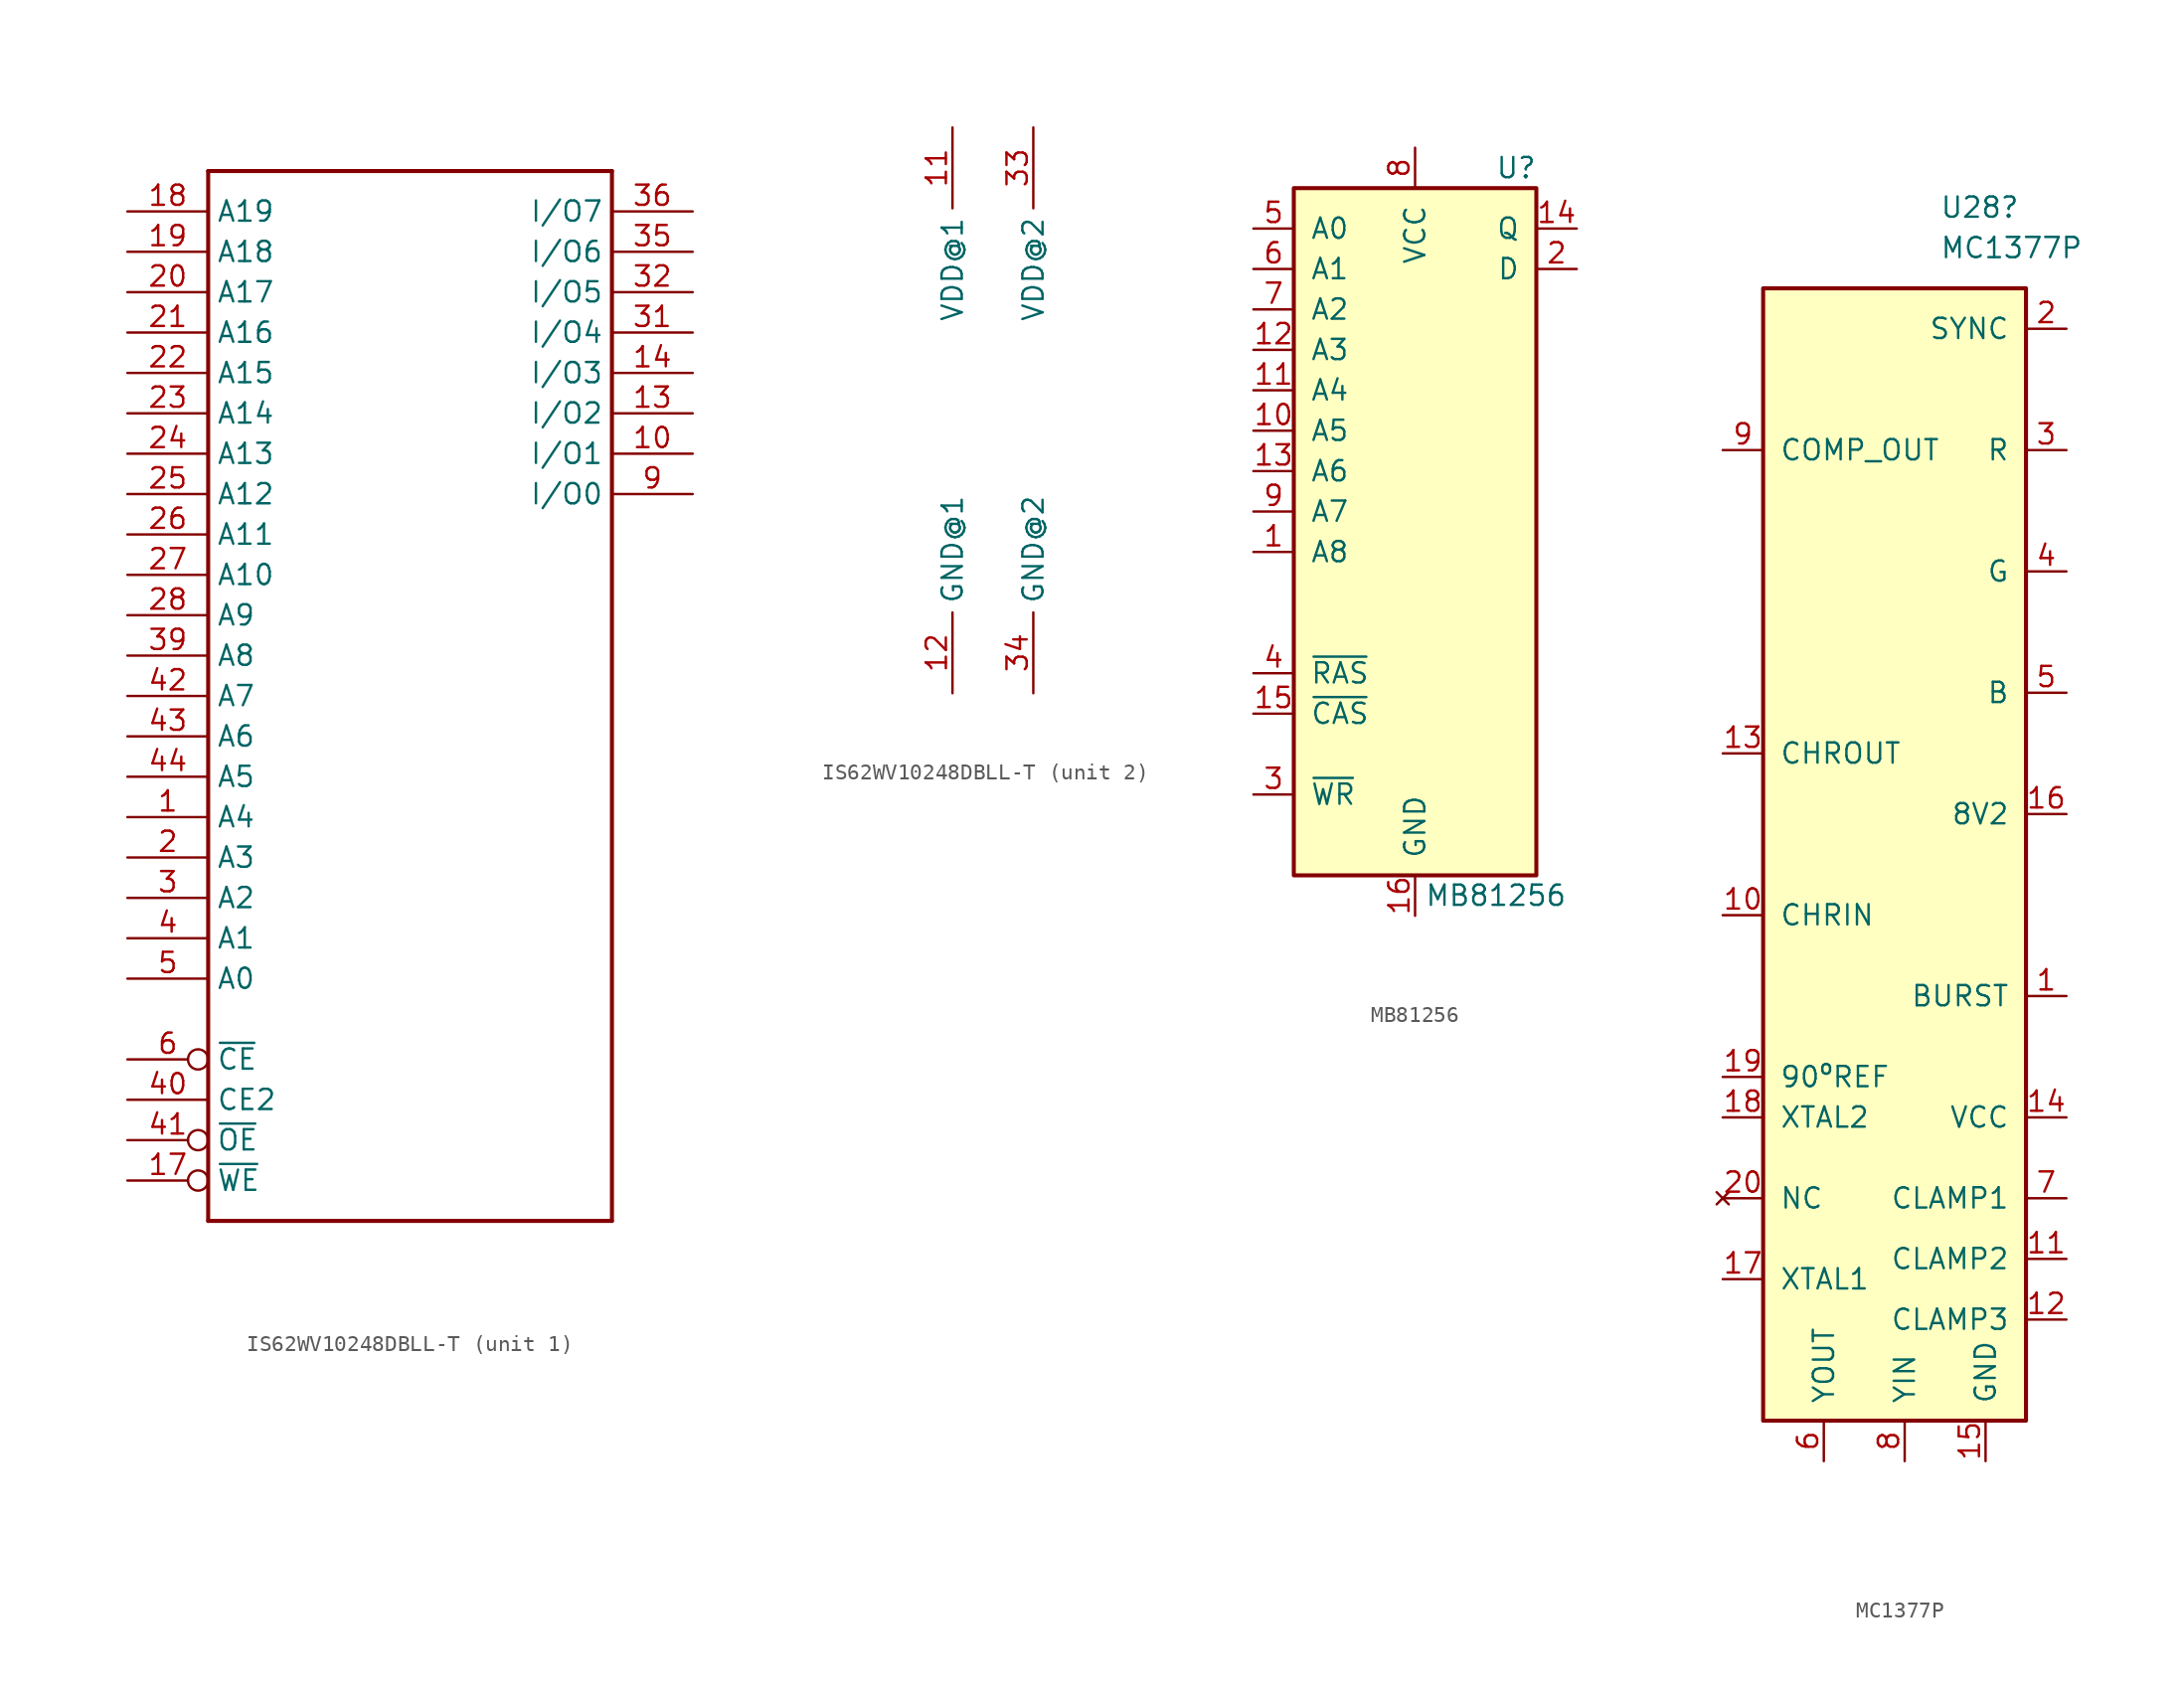
<source format=kicad_sym>
(kicad_symbol_lib
  (version 20241209)
  (generator "kicad_symbol_editor")
  (generator_version "9.0")
  (symbol "IS62WV10248DBLL-T"
    (property "Reference" "IC1"
      (at -3.81 38.417 0)
      (effects (font (size 1.778 1.511)) (justify left bottom) (hide yes)))
    (property "ki_locked" ""
      (at 0 0 0)
      (effects (font (size 1.27 1.27))))
    (symbol "IS62WV10248DBLL-T_1_0"
      (polyline (pts (xy -12.7 33.02) (xy 12.7 33.02)) (stroke (width 0.254) (type solid)) (fill (type none)))
      (polyline (pts (xy -12.7 -33.02) (xy -12.7 33.02)) (stroke (width 0.254) (type solid)) (fill (type none)))
      (polyline (pts (xy 12.7 33.02) (xy 12.7 -33.02)) (stroke (width 0.254) (type solid)) (fill (type none)))
      (polyline (pts (xy 12.7 -33.02) (xy -12.7 -33.02)) (stroke (width 0.254) (type solid)) (fill (type none)))
      (pin input line (at -17.78 30.48 0) (length 5.08) (name "A19" (effects (font (size 1.27 1.27)))) (number "18" (effects (font (size 1.27 1.27)))))
      (pin input line (at -17.78 27.94 0) (length 5.08) (name "A18" (effects (font (size 1.27 1.27)))) (number "19" (effects (font (size 1.27 1.27)))))
      (pin input line (at -17.78 25.4 0) (length 5.08) (name "A17" (effects (font (size 1.27 1.27)))) (number "20" (effects (font (size 1.27 1.27)))))
      (pin input line (at -17.78 22.86 0) (length 5.08) (name "A16" (effects (font (size 1.27 1.27)))) (number "21" (effects (font (size 1.27 1.27)))))
      (pin input line (at -17.78 20.32 0) (length 5.08) (name "A15" (effects (font (size 1.27 1.27)))) (number "22" (effects (font (size 1.27 1.27)))))
      (pin input line (at -17.78 17.78 0) (length 5.08) (name "A14" (effects (font (size 1.27 1.27)))) (number "23" (effects (font (size 1.27 1.27)))))
      (pin input line (at -17.78 15.24 0) (length 5.08) (name "A13" (effects (font (size 1.27 1.27)))) (number "24" (effects (font (size 1.27 1.27)))))
      (pin input line (at -17.78 12.7 0) (length 5.08) (name "A12" (effects (font (size 1.27 1.27)))) (number "25" (effects (font (size 1.27 1.27)))))
      (pin input line (at -17.78 10.16 0) (length 5.08) (name "A11" (effects (font (size 1.27 1.27)))) (number "26" (effects (font (size 1.27 1.27)))))
      (pin input line (at -17.78 7.62 0) (length 5.08) (name "A10" (effects (font (size 1.27 1.27)))) (number "27" (effects (font (size 1.27 1.27)))))
      (pin input line (at -17.78 5.08 0) (length 5.08) (name "A9" (effects (font (size 1.27 1.27)))) (number "28" (effects (font (size 1.27 1.27)))))
      (pin input line (at -17.78 2.54 0) (length 5.08) (name "A8" (effects (font (size 1.27 1.27)))) (number "39" (effects (font (size 1.27 1.27)))))
      (pin input line (at -17.78 0 0) (length 5.08) (name "A7" (effects (font (size 1.27 1.27)))) (number "42" (effects (font (size 1.27 1.27)))))
      (pin input line (at -17.78 -2.54 0) (length 5.08) (name "A6" (effects (font (size 1.27 1.27)))) (number "43" (effects (font (size 1.27 1.27)))))
      (pin input line (at -17.78 -5.08 0) (length 5.08) (name "A5" (effects (font (size 1.27 1.27)))) (number "44" (effects (font (size 1.27 1.27)))))
      (pin input line (at -17.78 -7.62 0) (length 5.08) (name "A4" (effects (font (size 1.27 1.27)))) (number "1" (effects (font (size 1.27 1.27)))))
      (pin input line (at -17.78 -10.16 0) (length 5.08) (name "A3" (effects (font (size 1.27 1.27)))) (number "2" (effects (font (size 1.27 1.27)))))
      (pin input line (at -17.78 -12.7 0) (length 5.08) (name "A2" (effects (font (size 1.27 1.27)))) (number "3" (effects (font (size 1.27 1.27)))))
      (pin input line (at -17.78 -15.24 0) (length 5.08) (name "A1" (effects (font (size 1.27 1.27)))) (number "4" (effects (font (size 1.27 1.27)))))
      (pin input line (at -17.78 -17.78 0) (length 5.08) (name "A0" (effects (font (size 1.27 1.27)))) (number "5" (effects (font (size 1.27 1.27)))))
      (pin input inverted (at -17.78 -22.86 0) (length 5.08) (name "~{CE}" (effects (font (size 1.27 1.27)))) (number "6" (effects (font (size 1.27 1.27)))))
      (pin input line (at -17.78 -25.4 0) (length 5.08) (name "CE2" (effects (font (size 1.27 1.27)))) (number "40" (effects (font (size 1.27 1.27)))))
      (pin input inverted (at -17.78 -27.94 0) (length 5.08) (name "~{OE}" (effects (font (size 1.27 1.27)))) (number "41" (effects (font (size 1.27 1.27)))))
      (pin input inverted (at -17.78 -30.48 0) (length 5.08) (name "~{WE}" (effects (font (size 1.27 1.27)))) (number "17" (effects (font (size 1.27 1.27)))))
      (pin tri_state line (at 17.78 30.48 180) (length 5.08) (name "I/O7" (effects (font (size 1.27 1.27)))) (number "36" (effects (font (size 1.27 1.27)))))
      (pin tri_state line (at 17.78 27.94 180) (length 5.08) (name "I/O6" (effects (font (size 1.27 1.27)))) (number "35" (effects (font (size 1.27 1.27)))))
      (pin tri_state line (at 17.78 25.4 180) (length 5.08) (name "I/O5" (effects (font (size 1.27 1.27)))) (number "32" (effects (font (size 1.27 1.27)))))
      (pin tri_state line (at 17.78 22.86 180) (length 5.08) (name "I/O4" (effects (font (size 1.27 1.27)))) (number "31" (effects (font (size 1.27 1.27)))))
      (pin tri_state line (at 17.78 20.32 180) (length 5.08) (name "I/O3" (effects (font (size 1.27 1.27)))) (number "14" (effects (font (size 1.27 1.27)))))
      (pin tri_state line (at 17.78 17.78 180) (length 5.08) (name "I/O2" (effects (font (size 1.27 1.27)))) (number "13" (effects (font (size 1.27 1.27)))))
      (pin tri_state line (at 17.78 15.24 180) (length 5.08) (name "I/O1" (effects (font (size 1.27 1.27)))) (number "10" (effects (font (size 1.27 1.27)))))
      (pin tri_state line (at 17.78 12.7 180) (length 5.08) (name "I/O0" (effects (font (size 1.27 1.27)))) (number "9" (effects (font (size 1.27 1.27))))))
    (symbol "IS62WV10248DBLL-T_2_0"
      (pin power_in line (at -2.54 17.78 270) (length 5.08) (name "VDD@1" (effects (font (size 1.27 1.27)))) (number "11" (effects (font (size 1.27 1.27)))))
      (pin power_in line (at -2.54 -17.78 90) (length 5.08) (name "GND@1" (effects (font (size 1.27 1.27)))) (number "12" (effects (font (size 1.27 1.27)))))
      (pin power_in line (at 2.54 17.78 270) (length 5.08) (name "VDD@2" (effects (font (size 1.27 1.27)))) (number "33" (effects (font (size 1.27 1.27)))))
      (pin power_in line (at 2.54 -17.78 90) (length 5.08) (name "GND@2" (effects (font (size 1.27 1.27)))) (number "34" (effects (font (size 1.27 1.27)))))))
  (symbol "MB81256"
    (pin_names
      (offset 1.016))
    (property "Reference" "U"
      (at 6.35 26.67 0)
      (effects (font (size 1.27 1.27))))
    (property "Value" "MB81256"
      (at 5.08 -19.05 0)
      (effects (font (size 1.27 1.27))))
    (symbol "MB81256_1_1"
      (rectangle (start -7.62 25.4) (end 7.62 -17.78) (stroke (width 0.254) (type default)) (fill (type background)))
      (pin input line (at -10.16 22.86 0) (length 2.54) (name "A0" (effects (font (size 1.27 1.27)))) (number "5" (effects (font (size 1.27 1.27)))))
      (pin input line (at -10.16 20.32 0) (length 2.54) (name "A1" (effects (font (size 1.27 1.27)))) (number "6" (effects (font (size 1.27 1.27)))))
      (pin input line (at -10.16 17.78 0) (length 2.54) (name "A2" (effects (font (size 1.27 1.27)))) (number "7" (effects (font (size 1.27 1.27)))))
      (pin input line (at -10.16 15.24 0) (length 2.54) (name "A3" (effects (font (size 1.27 1.27)))) (number "12" (effects (font (size 1.27 1.27)))))
      (pin input line (at -10.16 12.7 0) (length 2.54) (name "A4" (effects (font (size 1.27 1.27)))) (number "11" (effects (font (size 1.27 1.27)))))
      (pin input line (at -10.16 10.16 0) (length 2.54) (name "A5" (effects (font (size 1.27 1.27)))) (number "10" (effects (font (size 1.27 1.27)))))
      (pin input line (at -10.16 7.62 0) (length 2.54) (name "A6" (effects (font (size 1.27 1.27)))) (number "13" (effects (font (size 1.27 1.27)))))
      (pin input line (at -10.16 5.08 0) (length 2.54) (name "A7" (effects (font (size 1.27 1.27)))) (number "9" (effects (font (size 1.27 1.27)))))
      (pin input line (at -10.16 2.54 0) (length 2.54) (name "A8" (effects (font (size 1.27 1.27)))) (number "1" (effects (font (size 1.27 1.27)))))
      (pin input line (at -10.16 -5.08 0) (length 2.54) (name "~{RAS}" (effects (font (size 1.27 1.27)))) (number "4" (effects (font (size 1.27 1.27)))))
      (pin input line (at -10.16 -7.62 0) (length 2.54) (name "~{CAS}" (effects (font (size 1.27 1.27)))) (number "15" (effects (font (size 1.27 1.27)))))
      (pin input line (at -10.16 -12.7 0) (length 2.54) (name "~{WR}" (effects (font (size 1.27 1.27)))) (number "3" (effects (font (size 1.27 1.27)))))
      (pin power_in line (at 0 27.94 270) (length 2.54) (name "VCC" (effects (font (size 1.27 1.27)))) (number "8" (effects (font (size 1.27 1.27)))))
      (pin power_in line (at 0 -20.32 90) (length 2.54) (name "GND" (effects (font (size 1.27 1.27)))) (number "16" (effects (font (size 1.27 1.27)))))
      (pin tri_state line (at 10.16 22.86 180) (length 2.54) (name "Q" (effects (font (size 1.27 1.27)))) (number "14" (effects (font (size 1.27 1.27)))))
      (pin tri_state line (at 10.16 20.32 180) (length 2.54) (name "D" (effects (font (size 1.27 1.27)))) (number "2" (effects (font (size 1.27 1.27)))))))
  (symbol "MC1377P"
    (pin_names
      (offset 1.016))
    (property "Reference" "U28"
      (at 2.194 41.91 0)
      (effects (font (size 1.27 1.27)) (justify left)))
    (property "Value" "MC1377P"
      (at 2.194 39.37 0)
      (effects (font (size 1.27 1.27)) (justify left)))
    (symbol "MC1377P_1_1"
      (rectangle (start -8.89 36.83) (end 7.62 -34.29) (stroke (width 0.254) (type default)) (fill (type background)))
      (pin output line (at -11.43 26.67 0) (length 2.54) (name "COMP_OUT" (effects (font (size 1.27 1.27)))) (number "9" (effects (font (size 1.27 1.27)))))
      (pin passive line (at -11.43 7.62 0) (length 2.54) (name "CHROUT" (effects (font (size 1.27 1.27)))) (number "13" (effects (font (size 1.27 1.27)))))
      (pin passive line (at -11.43 -2.54 0) (length 2.54) (name "CHRIN" (effects (font (size 1.27 1.27)))) (number "10" (effects (font (size 1.27 1.27)))))
      (pin passive line (at -11.43 -12.7 0) (length 2.54) (name "90ºREF" (effects (font (size 1.27 1.27)))) (number "19" (effects (font (size 1.27 1.27)))))
      (pin passive line (at -11.43 -15.24 0) (length 2.54) (name "XTAL2" (effects (font (size 1.27 1.27)))) (number "18" (effects (font (size 1.27 1.27)))))
      (pin no_connect line (at -11.43 -20.32 0) (length 2.54) (name "NC" (effects (font (size 1.27 1.27)))) (number "20" (effects (font (size 1.27 1.27)))))
      (pin passive line (at -11.43 -25.4 0) (length 2.54) (name "XTAL1" (effects (font (size 1.27 1.27)))) (number "17" (effects (font (size 1.27 1.27)))))
      (pin passive line (at -5.08 -36.83 90) (length 2.54) (name "YOUT" (effects (font (size 1.27 1.27)))) (number "6" (effects (font (size 1.27 1.27)))))
      (pin passive line (at 0 -36.83 90) (length 2.54) (name "YIN" (effects (font (size 1.27 1.27)))) (number "8" (effects (font (size 1.27 1.27)))))
      (pin power_in line (at 5.08 -36.83 90) (length 2.54) (name "GND" (effects (font (size 1.27 1.27)))) (number "15" (effects (font (size 1.27 1.27)))))
      (pin input line (at 10.16 34.29 180) (length 2.54) (name "SYNC" (effects (font (size 1.27 1.27)))) (number "2" (effects (font (size 1.27 1.27)))))
      (pin input line (at 10.16 26.67 180) (length 2.54) (name "R" (effects (font (size 1.27 1.27)))) (number "3" (effects (font (size 1.27 1.27)))))
      (pin input line (at 10.16 19.05 180) (length 2.54) (name "G" (effects (font (size 1.27 1.27)))) (number "4" (effects (font (size 1.27 1.27)))))
      (pin input line (at 10.16 11.43 180) (length 2.54) (name "B" (effects (font (size 1.27 1.27)))) (number "5" (effects (font (size 1.27 1.27)))))
      (pin passive line (at 10.16 3.81 180) (length 2.54) (name "8V2" (effects (font (size 1.27 1.27)))) (number "16" (effects (font (size 1.27 1.27)))))
      (pin passive line (at 10.16 -7.62 180) (length 2.54) (name "BURST" (effects (font (size 1.27 1.27)))) (number "1" (effects (font (size 1.27 1.27)))))
      (pin power_in line (at 10.16 -15.24 180) (length 2.54) (name "VCC" (effects (font (size 1.27 1.27)))) (number "14" (effects (font (size 1.27 1.27)))))
      (pin passive line (at 10.16 -20.32 180) (length 2.54) (name "CLAMP1" (effects (font (size 1.27 1.27)))) (number "7" (effects (font (size 1.27 1.27)))))
      (pin passive line (at 10.16 -24.13 180) (length 2.54) (name "CLAMP2" (effects (font (size 1.27 1.27)))) (number "11" (effects (font (size 1.27 1.27)))))
      (pin passive line (at 10.16 -27.94 180) (length 2.54) (name "CLAMP3" (effects (font (size 1.27 1.27)))) (number "12" (effects (font (size 1.27 1.27))))))))
</source>
